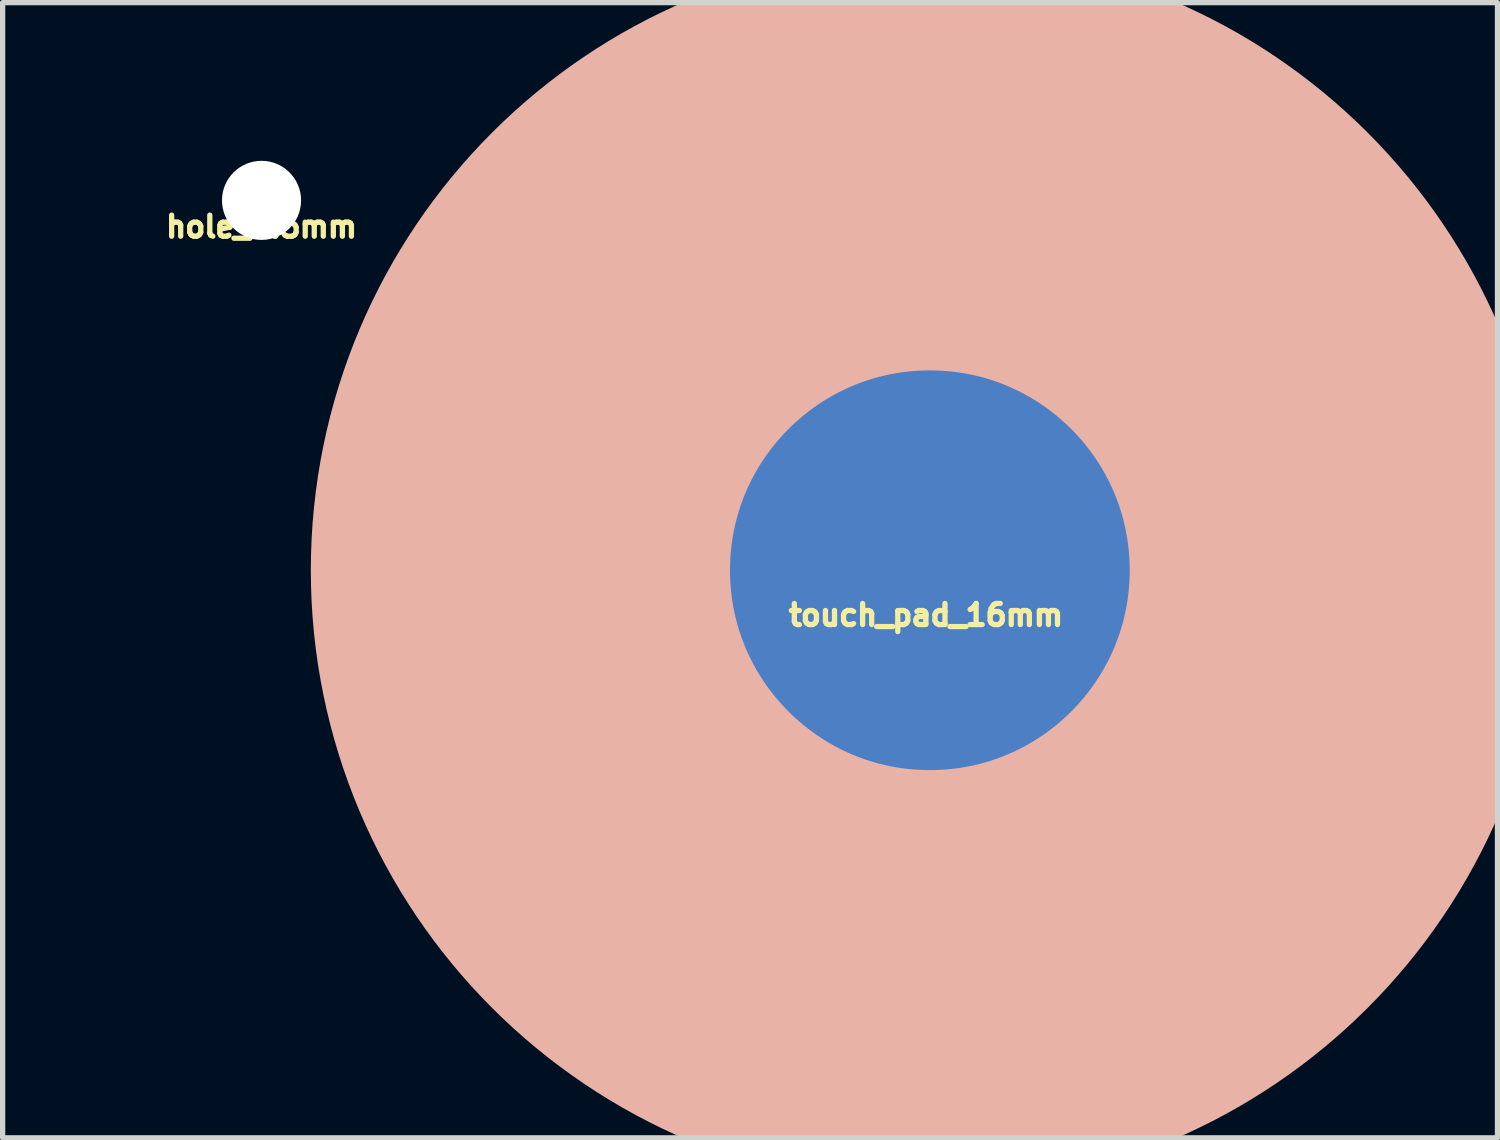
<source format=kicad_pcb>
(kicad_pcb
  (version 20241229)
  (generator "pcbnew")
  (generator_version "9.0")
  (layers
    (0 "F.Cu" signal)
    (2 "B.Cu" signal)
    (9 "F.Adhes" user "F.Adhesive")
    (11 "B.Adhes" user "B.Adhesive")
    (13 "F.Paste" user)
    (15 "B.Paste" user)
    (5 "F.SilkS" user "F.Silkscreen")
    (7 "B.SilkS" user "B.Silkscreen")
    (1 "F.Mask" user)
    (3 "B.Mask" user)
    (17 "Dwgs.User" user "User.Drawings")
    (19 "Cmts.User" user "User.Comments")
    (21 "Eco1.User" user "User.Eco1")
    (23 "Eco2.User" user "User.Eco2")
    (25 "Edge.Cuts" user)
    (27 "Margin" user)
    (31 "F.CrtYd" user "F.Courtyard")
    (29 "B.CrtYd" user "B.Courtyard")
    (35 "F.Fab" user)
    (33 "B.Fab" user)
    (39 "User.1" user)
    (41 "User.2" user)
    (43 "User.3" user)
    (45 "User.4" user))
  (footprint "hole_1.5mm"
    (layer "F.Cu")
    (at 1.91 0.75)
    (property "Reference" "hole_1.5mm" (at 0 0.5 0) (layer "F.SilkS") (effects (font (size 0.4 0.4) (thickness 0.1))))
    (attr through_hole)
    (pad "" np_thru_hole circle (at 0 0) (size 1.5 1.5) (drill 1.5) (layers "*.Cu" "*.Mask")))
  (footprint "touch_pad_16mm"
    (layer "F.Cu")
    (at 14.585 7.765)
    (property "Reference" "touch_pad_16mm" (at -0.075 0.85 0) (layer "F.SilkS") (effects (font (size 0.4 0.4) (thickness 0.1))))
    (attr through_hole)
    (fp_circle (center 0 0) (end 3.75 0.55) (stroke (width 7.95) (type solid)) (fill no) (layer "B.SilkS"))
    (pad "1" smd circle (at 0 0) (size 15.5 15.5) (layers "B.Cu")))
  (gr_rect
    (start -3 -3)
    (end 25.35 18.53)
    (stroke (width 0.1) (type default))
    (fill no)
    (layer "Edge.Cuts")))
</source>
